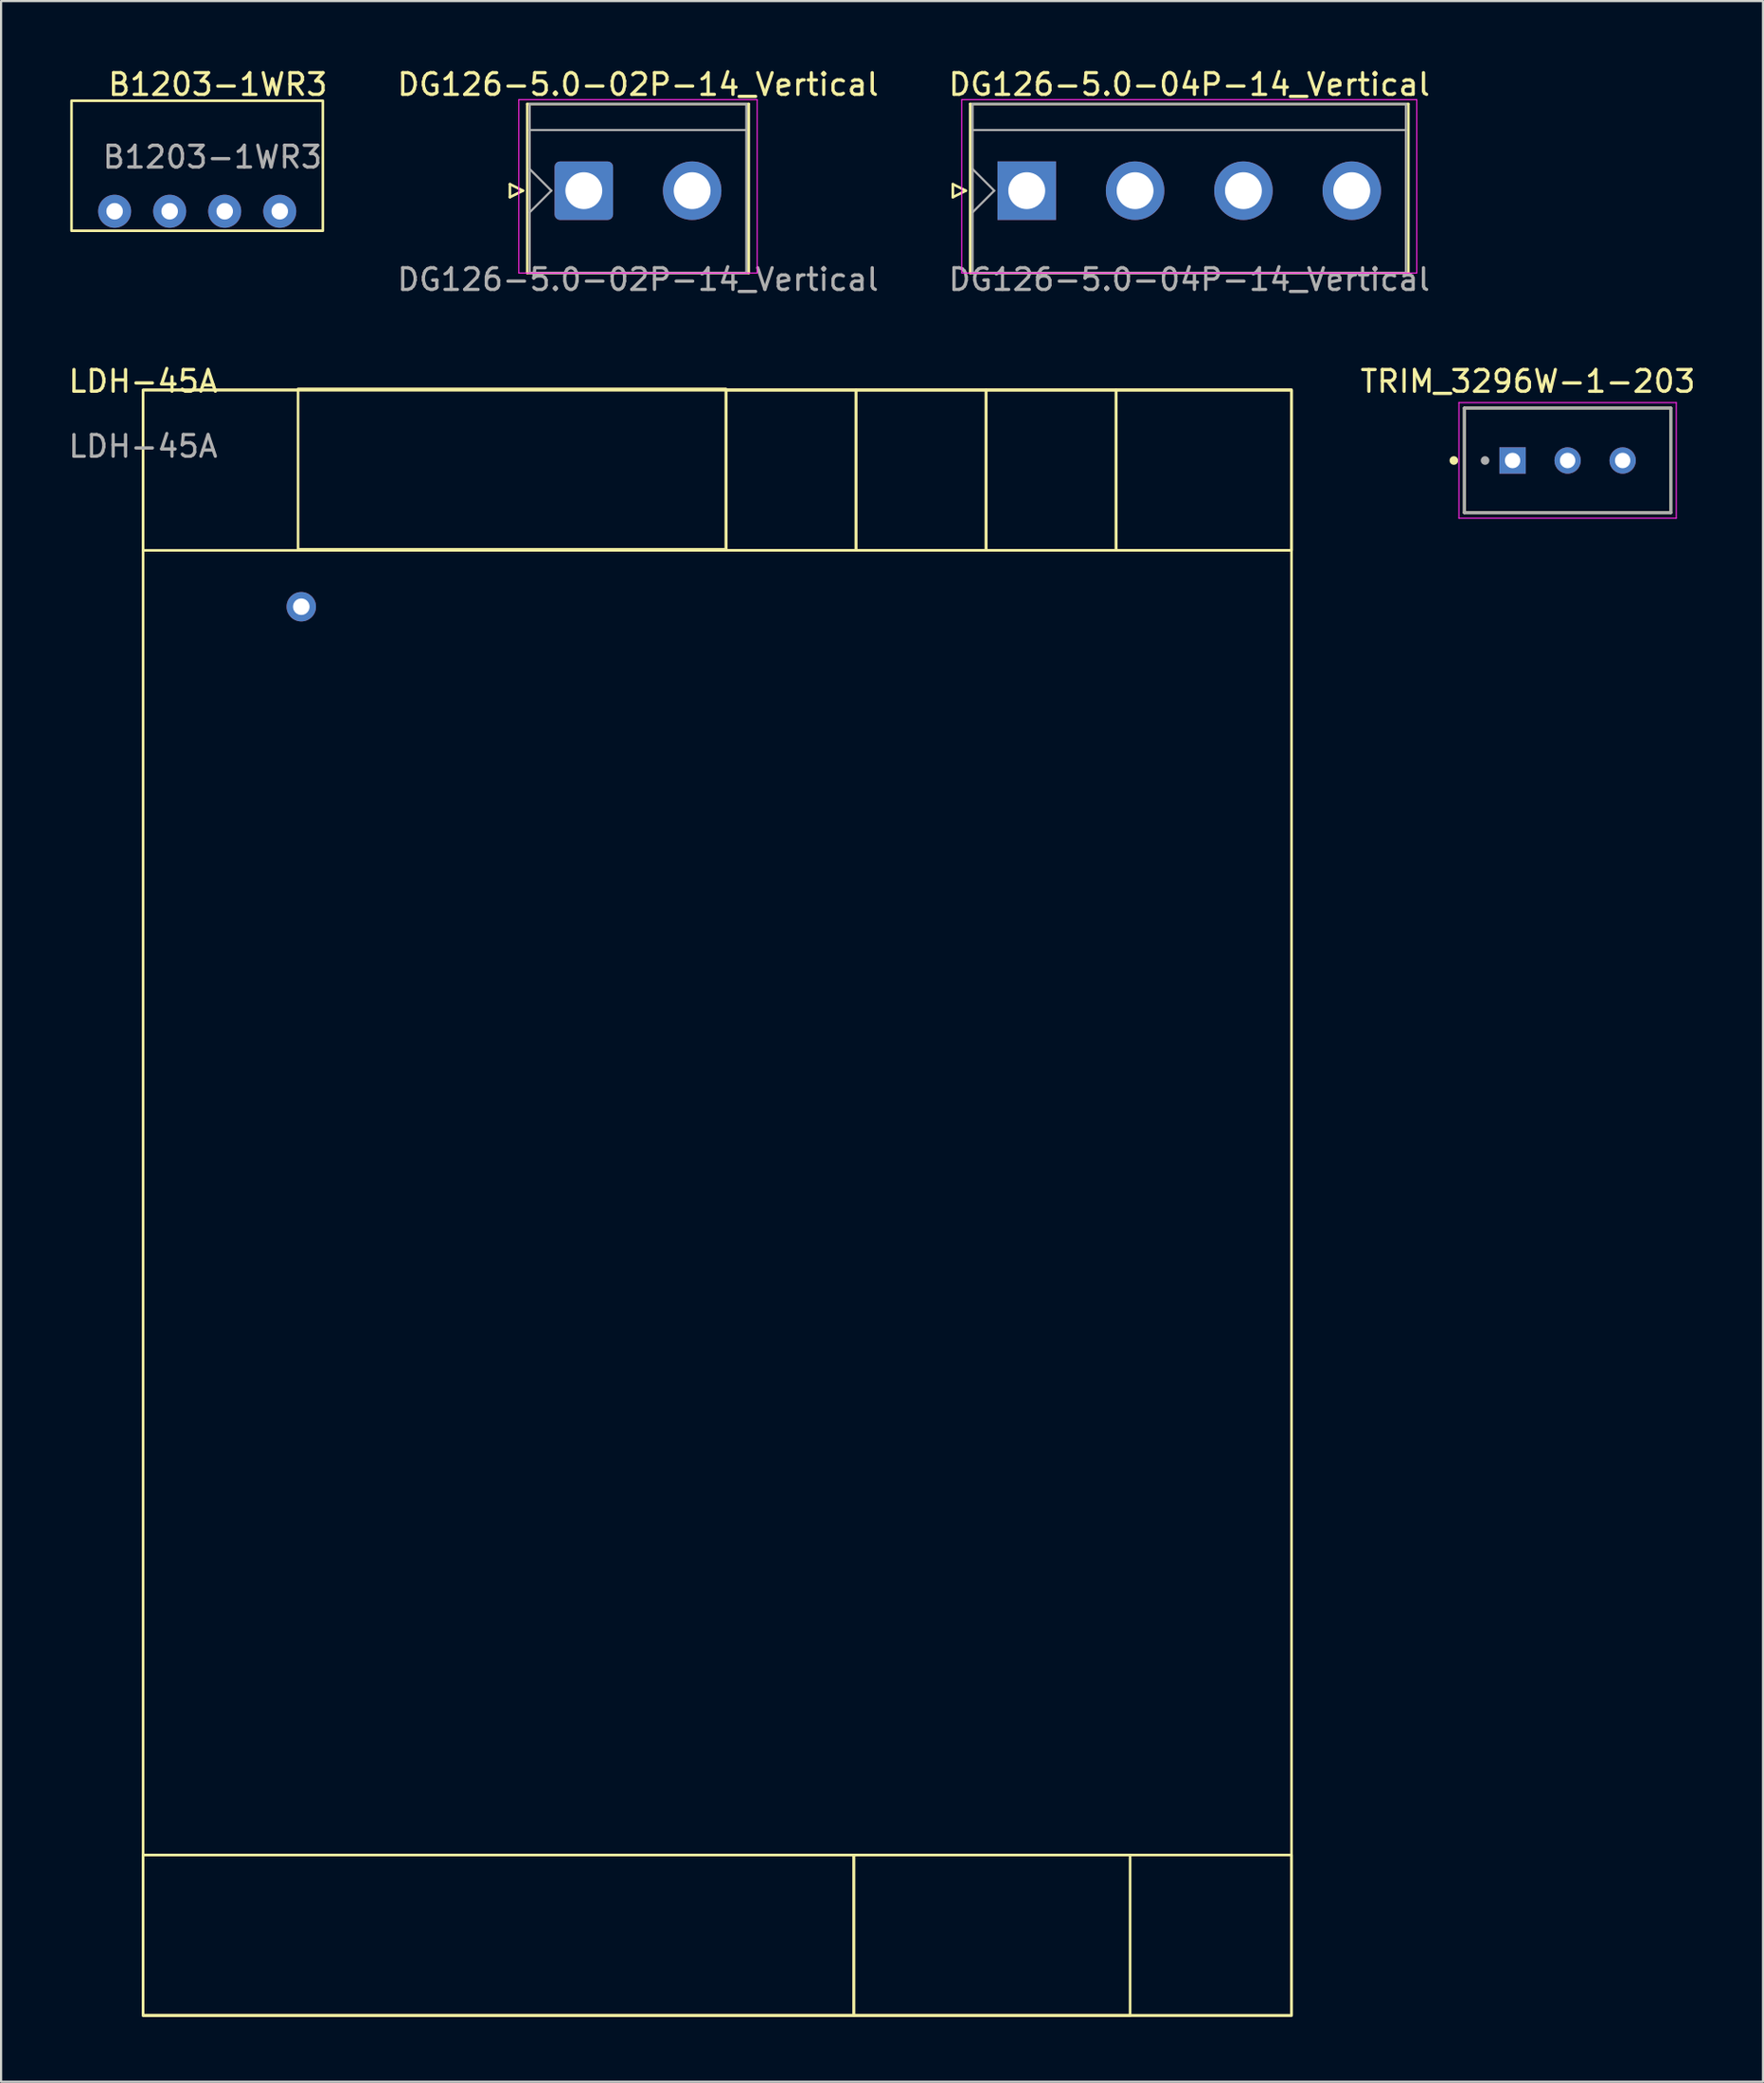
<source format=kicad_pcb>
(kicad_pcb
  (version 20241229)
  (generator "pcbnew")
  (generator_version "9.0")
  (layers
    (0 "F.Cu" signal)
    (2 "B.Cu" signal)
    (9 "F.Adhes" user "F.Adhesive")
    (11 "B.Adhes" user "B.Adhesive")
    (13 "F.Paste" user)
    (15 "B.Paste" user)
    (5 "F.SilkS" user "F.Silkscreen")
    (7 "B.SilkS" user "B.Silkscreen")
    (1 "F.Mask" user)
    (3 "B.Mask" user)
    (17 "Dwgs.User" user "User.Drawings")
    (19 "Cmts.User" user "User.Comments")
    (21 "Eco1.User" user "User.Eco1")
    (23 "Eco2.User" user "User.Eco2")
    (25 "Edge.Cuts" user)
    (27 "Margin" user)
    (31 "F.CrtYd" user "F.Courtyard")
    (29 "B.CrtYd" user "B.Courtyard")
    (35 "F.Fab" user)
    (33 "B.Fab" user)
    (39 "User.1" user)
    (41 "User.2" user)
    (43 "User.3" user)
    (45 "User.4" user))
  (footprint "TRIM_3296W-1-203"
    (layer "F.Cu")
    (at 69.294 18.198)
    (property "Reference" "TRIM_3296W-1-203" (at -1.833 -3.651 0) (layer "F.SilkS") (effects (font (size 1.004 1.004) (thickness 0.15))))
    (attr through_hole)
    (fp_line (start -4.765 -2.42) (end 4.765 -2.42) (stroke (width 0.127) (type solid)) (layer "F.SilkS"))
    (fp_line (start -4.765 2.41) (end -4.765 -2.42) (stroke (width 0.127) (type solid)) (layer "F.SilkS"))
    (fp_line (start 4.765 -2.42) (end 4.765 2.41) (stroke (width 0.127) (type solid)) (layer "F.SilkS"))
    (fp_line (start 4.765 2.41) (end -4.765 2.41) (stroke (width 0.127) (type solid)) (layer "F.SilkS"))
    (fp_circle (center -5.25 0) (end -5.15 0) (stroke (width 0.2) (type solid)) (fill no) (layer "F.SilkS"))
    (fp_line (start -5.015 -2.67) (end 5.015 -2.67) (stroke (width 0.05) (type solid)) (layer "F.CrtYd"))
    (fp_line (start -5.015 2.66) (end -5.015 -2.67) (stroke (width 0.05) (type solid)) (layer "F.CrtYd"))
    (fp_line (start 5.015 -2.67) (end 5.015 2.66) (stroke (width 0.05) (type solid)) (layer "F.CrtYd"))
    (fp_line (start 5.015 2.66) (end -5.015 2.66) (stroke (width 0.05) (type solid)) (layer "F.CrtYd"))
    (fp_line (start -4.765 -2.42) (end 4.765 -2.42) (stroke (width 0.127) (type solid)) (layer "F.Fab"))
    (fp_line (start -4.765 2.41) (end -4.765 -2.42) (stroke (width 0.127) (type solid)) (layer "F.Fab"))
    (fp_line (start 4.765 -2.42) (end 4.765 2.41) (stroke (width 0.127) (type solid)) (layer "F.Fab"))
    (fp_line (start 4.765 2.41) (end -4.765 2.41) (stroke (width 0.127) (type solid)) (layer "F.Fab"))
    (fp_circle (center -3.81 0) (end -3.71 0) (stroke (width 0.2) (type solid)) (fill no) (layer "F.Fab"))
    (pad "1" thru_hole rect (at -2.54 0) (size 1.218 1.218) (drill 0.71) (layers "*.Cu" "*.Mask"))
    (pad "2" thru_hole circle (at 0 0) (size 1.218 1.218) (drill 0.71) (layers "*.Cu" "*.Mask"))
    (pad "3" thru_hole circle (at 2.54 0) (size 1.218 1.218) (drill 0.71) (layers "*.Cu" "*.Mask")))
  (footprint "B1203-1WR3"
    (layer "F.Cu")
    (at 0.25 1.598)
    (property "Reference" "B1203-1WR3" (at 6.75 -0.75 0) (unlocked yes) (layer "F.SilkS") (effects (font (size 1 1) (thickness 0.15))))
    (attr through_hole)
    (fp_rect (start 0 0) (end 11.6 6) (stroke (width 0.12) (type solid)) (fill no) (layer "F.SilkS"))
    (fp_text user "${REFERENCE}" (at 6.5 2.6 0) (unlocked yes) (layer "F.Fab") (effects (font (size 1 1) (thickness 0.15))))
    (pad "1" thru_hole circle (at 1.99 5.1) (size 1.524 1.524) (drill 0.762) (layers "*.Cu" "*.Mask"))
    (pad "2" thru_hole circle (at 4.53 5.1) (size 1.524 1.524) (drill 0.762) (layers "*.Cu" "*.Mask"))
    (pad "3" thru_hole circle (at 7.07 5.1) (size 1.524 1.524) (drill 0.762) (layers "*.Cu" "*.Mask"))
    (pad "4" thru_hole circle (at 9.61 5.1) (size 1.524 1.524) (drill 0.762) (layers "*.Cu" "*.Mask")))
  (footprint "DG126-5.0-02P-14_Vertical"
    (layer "F.Cu")
    (at 23.893 5.748)
    (property "Reference" "DG126-5.0-02P-14_Vertical" (at 2.5 -4.9 180) (layer "F.SilkS") (effects (font (size 1 1) (thickness 0.15))))
    (attr through_hole)
    (fp_line (start -3.41 -0.3) (end -2.81 0) (stroke (width 0.12) (type solid)) (layer "F.SilkS"))
    (fp_line (start -3.41 0.3) (end -3.41 -0.3) (stroke (width 0.12) (type solid)) (layer "F.SilkS"))
    (fp_line (start -2.81 0) (end -3.41 0.3) (stroke (width 0.12) (type solid)) (layer "F.SilkS"))
    (fp_line (start -2.61 -4) (end -2.61 3.8) (stroke (width 0.12) (type solid)) (layer "F.SilkS"))
    (fp_line (start -2.61 3.8) (end 7.61 3.8) (stroke (width 0.12) (type solid)) (layer "F.SilkS"))
    (fp_line (start 7.61 -4) (end -2.61 -4) (stroke (width 0.12) (type solid)) (layer "F.SilkS"))
    (fp_line (start 7.61 3.8) (end 7.61 -4) (stroke (width 0.12) (type solid)) (layer "F.SilkS"))
    (fp_line (start -3 -4.2) (end -3 3.8) (stroke (width 0.05) (type solid)) (layer "F.CrtYd"))
    (fp_line (start -3 3.8) (end 8 3.8) (stroke (width 0.05) (type solid)) (layer "F.CrtYd"))
    (fp_line (start 8 -4.2) (end -3 -4.2) (stroke (width 0.05) (type solid)) (layer "F.CrtYd"))
    (fp_line (start 8 3.8) (end 8 -4.2) (stroke (width 0.05) (type solid)) (layer "F.CrtYd"))
    (fp_line (start -2.5 -4) (end -2.5 3.8) (stroke (width 0.1) (type solid)) (layer "F.Fab"))
    (fp_line (start -2.5 -2.8) (end 7.5 -2.8) (stroke (width 0.1) (type solid)) (layer "F.Fab"))
    (fp_line (start -2.5 -1) (end -1.5 0) (stroke (width 0.1) (type solid)) (layer "F.Fab"))
    (fp_line (start -2.5 1) (end -1.5 0) (stroke (width 0.1) (type solid)) (layer "F.Fab"))
    (fp_line (start -2.5 3.8) (end 7.5 3.8) (stroke (width 0.1) (type solid)) (layer "F.Fab"))
    (fp_line (start 7.5 -4) (end -2.5 -4) (stroke (width 0.1) (type solid)) (layer "F.Fab"))
    (fp_line (start 7.5 3.8) (end 7.5 -4) (stroke (width 0.1) (type solid)) (layer "F.Fab"))
    (fp_text user "${REFERENCE}" (at 2.5 4.1 180) (layer "F.Fab") (effects (font (size 1 1) (thickness 0.15))))
    (pad "1" thru_hole roundrect (at 0 0) (size 2.7 2.7) (drill 1.7) (layers "*.Cu" "*.Mask") (roundrect_rratio 0.093))
    (pad "2" thru_hole circle (at 5 0) (size 2.7 2.7) (drill 1.7) (layers "*.Cu" "*.Mask")))
  (footprint "LDH-45A"
    (layer "F.Cu")
    (at 3.554 15.045)
    (property "Reference" "LDH-45A" (at 0 -0.5 0) (unlocked yes) (layer "F.SilkS") (effects (font (size 1 1) (thickness 0.15))))
    (attr through_hole)
    (fp_rect (start 0 -0.1) (end 53 7.3) (stroke (width 0.12) (type solid)) (fill no) (layer "F.SilkS"))
    (fp_rect (start 0 -0.1) (end 53 74.9) (stroke (width 0.12) (type solid)) (fill no) (layer "F.SilkS"))
    (fp_rect (start 0 74.9) (end 32.8 67.5) (stroke (width 0.12) (type solid)) (fill no) (layer "F.SilkS"))
    (fp_rect (start 0 74.9) (end 53 67.5) (stroke (width 0.12) (type solid)) (fill no) (layer "F.SilkS"))
    (fp_rect (start 26.9 -0.15) (end 7.15 7.25) (stroke (width 0.12) (type solid)) (fill no) (layer "F.SilkS"))
    (fp_rect (start 32.8 74.9) (end 45.55 67.5) (stroke (width 0.12) (type solid)) (fill no) (layer "F.SilkS"))
    (fp_rect (start 32.9 -0.1) (end 26.9 7.3) (stroke (width 0.12) (type solid)) (fill no) (layer "F.SilkS"))
    (fp_rect (start 38.9 -0.1) (end 32.9 7.3) (stroke (width 0.12) (type solid)) (fill no) (layer "F.SilkS"))
    (fp_rect (start 44.9 -0.1) (end 38.9 7.3) (stroke (width 0.12) (type solid)) (fill no) (layer "F.SilkS"))
    (fp_rect (start 53 -0.1) (end 44.9 7.3) (stroke (width 0.12) (type solid)) (fill no) (layer "F.SilkS"))
    (fp_text user "${REFERENCE}" (at 0 2.5 0) (unlocked yes) (layer "F.Fab") (effects (font (size 1 1) (thickness 0.15))))
    (pad "1" thru_hole circle (at 7.3 9.9) (size 1.36 1.36) (drill 0.762) (layers "*.Cu" "*.Mask")))
  (footprint "DG126-5.0-04P-14_Vertical"
    (layer "F.Cu")
    (at 44.333 5.748)
    (property "Reference" "DG126-5.0-04P-14_Vertical" (at 7.5 -4.9 180) (layer "F.SilkS") (effects (font (size 1 1) (thickness 0.15))))
    (attr through_hole)
    (fp_line (start -3.41 -0.3) (end -2.81 0) (stroke (width 0.12) (type solid)) (layer "F.SilkS"))
    (fp_line (start -3.41 0.3) (end -3.41 -0.3) (stroke (width 0.12) (type solid)) (layer "F.SilkS"))
    (fp_line (start -2.81 0) (end -3.41 0.3) (stroke (width 0.12) (type solid)) (layer "F.SilkS"))
    (fp_line (start -2.61 -4) (end -2.61 3.8) (stroke (width 0.12) (type solid)) (layer "F.SilkS"))
    (fp_line (start -2.61 3.8) (end 17.61 3.8) (stroke (width 0.12) (type solid)) (layer "F.SilkS"))
    (fp_line (start 17.61 -4) (end -2.61 -4) (stroke (width 0.12) (type solid)) (layer "F.SilkS"))
    (fp_line (start 17.61 3.8) (end 17.61 -4) (stroke (width 0.12) (type solid)) (layer "F.SilkS"))
    (fp_line (start -3 -4.2) (end -3 3.8) (stroke (width 0.05) (type solid)) (layer "F.CrtYd"))
    (fp_line (start -3 3.8) (end 18 3.8) (stroke (width 0.05) (type solid)) (layer "F.CrtYd"))
    (fp_line (start 18 -4.2) (end -3 -4.2) (stroke (width 0.05) (type solid)) (layer "F.CrtYd"))
    (fp_line (start 18 3.8) (end 18 -4.2) (stroke (width 0.05) (type solid)) (layer "F.CrtYd"))
    (fp_line (start -2.5 -4) (end -2.5 3.8) (stroke (width 0.1) (type solid)) (layer "F.Fab"))
    (fp_line (start -2.5 -2.8) (end 17.5 -2.8) (stroke (width 0.1) (type solid)) (layer "F.Fab"))
    (fp_line (start -2.5 -1) (end -1.5 0) (stroke (width 0.1) (type solid)) (layer "F.Fab"))
    (fp_line (start -2.5 1) (end -1.5 0) (stroke (width 0.1) (type solid)) (layer "F.Fab"))
    (fp_line (start -2.5 3.8) (end 17.5 3.8) (stroke (width 0.1) (type solid)) (layer "F.Fab"))
    (fp_line (start 17.5 -4) (end -2.5 -4) (stroke (width 0.1) (type solid)) (layer "F.Fab"))
    (fp_line (start 17.5 3.8) (end 17.5 -4) (stroke (width 0.1) (type solid)) (layer "F.Fab"))
    (fp_text user "${REFERENCE}" (at 7.5 4.1 180) (layer "F.Fab") (effects (font (size 1 1) (thickness 0.15))))
    (pad "1" thru_hole rect (at 0 0) (size 2.7 2.7) (drill 1.7) (layers "*.Cu" "*.Mask"))
    (pad "2" thru_hole circle (at 5 0) (size 2.7 2.7) (drill 1.7) (layers "*.Cu" "*.Mask"))
    (pad "3" thru_hole circle (at 10 0) (size 2.7 2.7) (drill 1.7) (layers "*.Cu" "*.Mask"))
    (pad "4" thru_hole circle (at 15 0) (size 2.7 2.7) (drill 1.7) (layers "*.Cu" "*.Mask")))
  (gr_rect
    (start -3 -3)
    (end 78.31 93.005)
    (stroke (width 0.1) (type default))
    (fill no)
    (layer "Edge.Cuts")))
</source>
